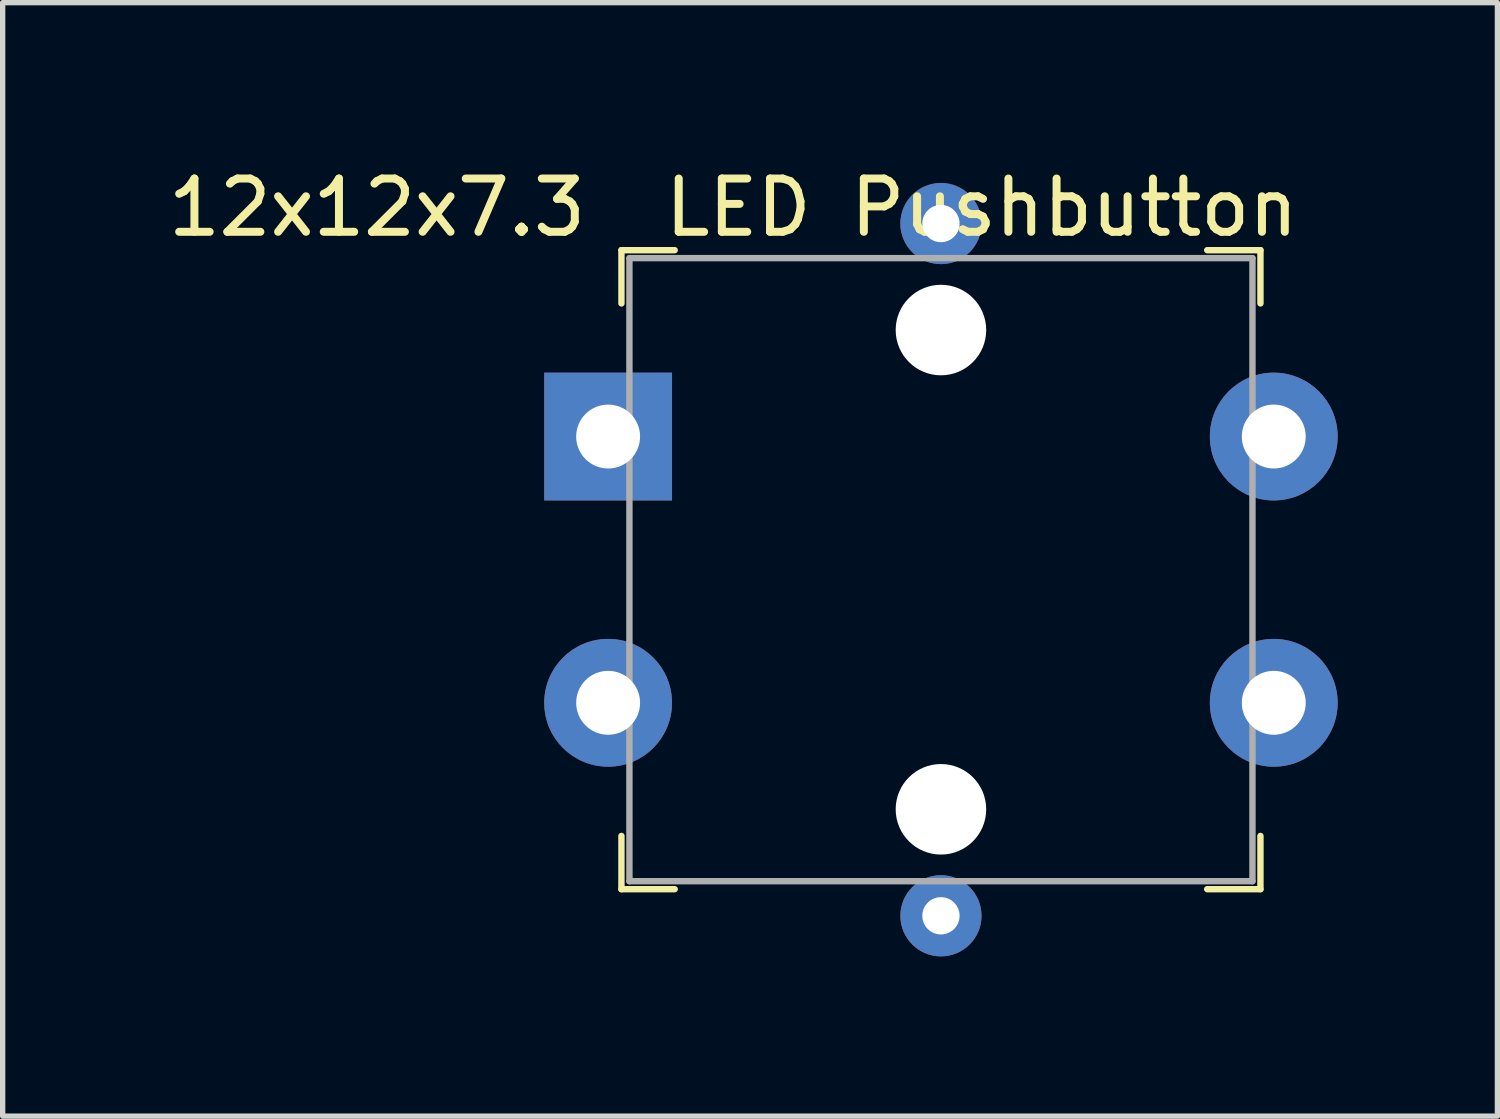
<source format=kicad_pcb>
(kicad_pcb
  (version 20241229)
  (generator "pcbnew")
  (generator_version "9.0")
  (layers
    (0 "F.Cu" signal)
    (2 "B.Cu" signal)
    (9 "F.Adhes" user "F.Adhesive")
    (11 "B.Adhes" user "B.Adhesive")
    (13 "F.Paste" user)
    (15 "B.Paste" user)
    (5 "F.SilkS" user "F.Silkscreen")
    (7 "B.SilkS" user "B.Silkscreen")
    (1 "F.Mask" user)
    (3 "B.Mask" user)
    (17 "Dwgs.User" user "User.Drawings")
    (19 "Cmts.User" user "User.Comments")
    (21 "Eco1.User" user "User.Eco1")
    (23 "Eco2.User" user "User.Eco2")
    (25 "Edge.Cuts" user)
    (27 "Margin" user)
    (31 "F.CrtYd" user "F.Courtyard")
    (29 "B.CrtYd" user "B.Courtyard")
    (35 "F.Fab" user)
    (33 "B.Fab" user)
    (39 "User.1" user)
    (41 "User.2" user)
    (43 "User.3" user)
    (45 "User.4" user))
  (footprint "12x12x7.3  LED Pushbutton"
    (layer "F.Cu")
    (at 14.62 7.648)
    (property "Reference" "12x12x7.3  LED Pushbutton" (at -3.9 -6.8 0) (layer "F.SilkS") (effects (font (size 1 1) (thickness 0.15))))
    (attr through_hole)
    (fp_line (start -6 -6) (end -5 -6) (stroke (width 0.12) (type solid)) (layer "F.SilkS"))
    (fp_line (start -6 -5) (end -6 -6) (stroke (width 0.12) (type solid)) (layer "F.SilkS"))
    (fp_line (start -6 6) (end -6 5) (stroke (width 0.12) (type solid)) (layer "F.SilkS"))
    (fp_line (start -5 6) (end -6 6) (stroke (width 0.12) (type solid)) (layer "F.SilkS"))
    (fp_line (start 6 -6) (end 5 -6) (stroke (width 0.12) (type solid)) (layer "F.SilkS"))
    (fp_line (start 6 -6) (end 6 -5) (stroke (width 0.12) (type solid)) (layer "F.SilkS"))
    (fp_line (start 6 5) (end 6 6) (stroke (width 0.12) (type solid)) (layer "F.SilkS"))
    (fp_line (start 6 6) (end 5 6) (stroke (width 0.12) (type solid)) (layer "F.SilkS"))
    (fp_line (start -5.85 -5.85) (end 5.85 -5.85) (stroke (width 0.12) (type solid)) (layer "F.Fab"))
    (fp_line (start -5.85 5.85) (end -5.85 -5.85) (stroke (width 0.12) (type solid)) (layer "F.Fab"))
    (fp_line (start 5.85 -5.85) (end 5.85 5.85) (stroke (width 0.12) (type solid)) (layer "F.Fab"))
    (fp_line (start 5.85 5.85) (end -5.85 5.85) (stroke (width 0.12) (type solid)) (layer "F.Fab"))
    (pad "" np_thru_hole circle (at 0 -4.5) (size 1.7 1.7) (drill 1.7) (layers "*.Cu" "*.Mask"))
    (pad "" np_thru_hole circle (at 0 4.5) (size 1.7 1.7) (drill 1.7) (layers "*.Cu" "*.Mask"))
    (pad "1" thru_hole rect (at -6.25 -2.5) (size 2.4 2.4) (drill 1.2) (layers "*.Cu" "*.Mask"))
    (pad "2" thru_hole circle (at 6.25 -2.5) (size 2.4 2.4) (drill 1.2) (layers "*.Cu" "*.Mask"))
    (pad "3" thru_hole circle (at -6.25 2.5) (size 2.4 2.4) (drill 1.2) (layers "*.Cu" "*.Mask"))
    (pad "4" thru_hole circle (at 6.25 2.5) (size 2.4 2.4) (drill 1.2) (layers "*.Cu" "*.Mask"))
    (pad "5" thru_hole circle (at 0 -6.5) (size 1.524 1.524) (drill 0.7) (layers "*.Cu" "*.Mask"))
    (pad "6" thru_hole circle (at 0 6.5) (size 1.524 1.524) (drill 0.7) (layers "*.Cu" "*.Mask")))
  (gr_rect
    (start -3 -3)
    (end 25.07 17.91)
    (stroke (width 0.1) (type default))
    (fill no)
    (layer "Edge.Cuts")))
</source>
